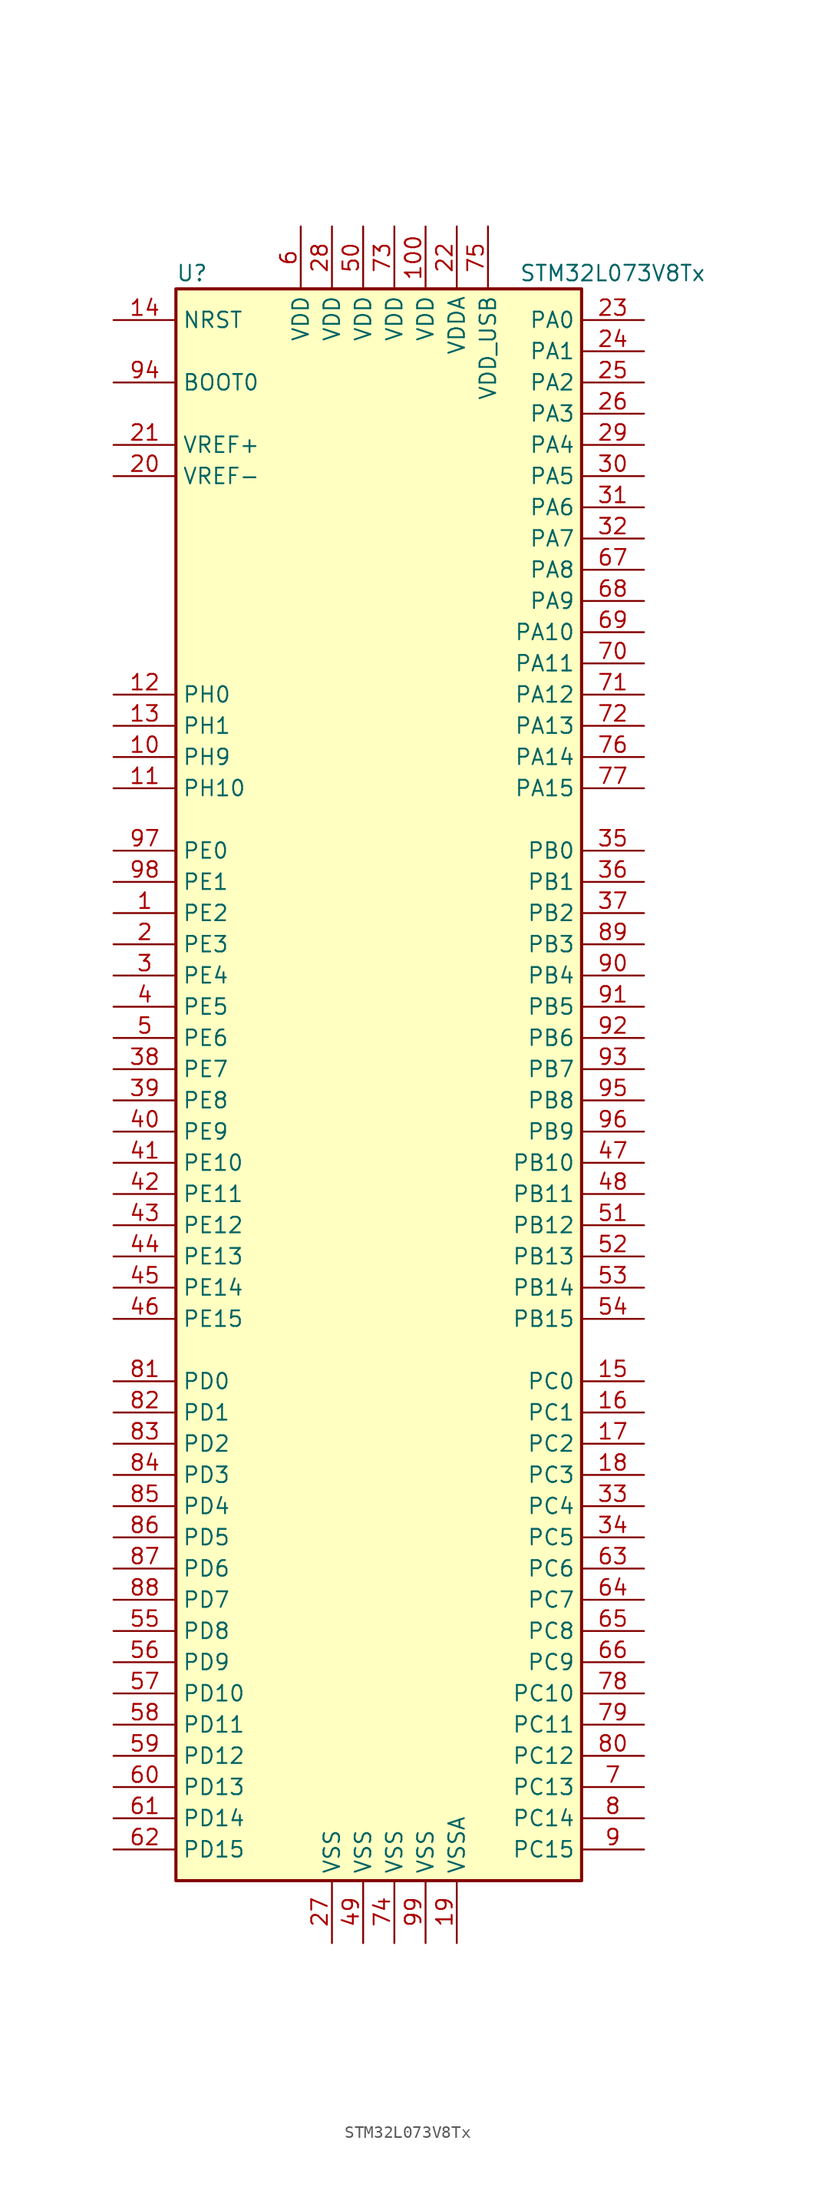
<source format=kicad_sym>
(kicad_symbol_lib
  (version 20201005)
  (generator kicad_symbol_editor)
  (symbol "STM32L073V8Tx"
    (property "Reference" "U"
      (at -17.78 64.77 0)
      (effects (font (size 1.27 1.27)) (justify left)))
    (property "Value" "STM32L073V8Tx"
      (at 10.16 64.77 0)
      (effects (font (size 1.27 1.27)) (justify left)))
    (symbol "STM32L073V8Tx_0_1"
      (rectangle (start -17.78 -66.04) (end 15.24 63.5) (stroke (width 0.254)) (fill (type background))))
    (symbol "STM32L073V8Tx_1_1"
      (pin bidirectional line (at -22.86 12.7 0) (length 5.08) (name "PE2" (effects (font (size 1.27 1.27)))) (number "1" (effects (font (size 1.27 1.27)))))
      (pin bidirectional line (at -22.86 25.4 0) (length 5.08) (name "PH9" (effects (font (size 1.27 1.27)))) (number "10" (effects (font (size 1.27 1.27)))))
      (pin power_in line (at 2.54 68.58 270) (length 5.08) (name "VDD" (effects (font (size 1.27 1.27)))) (number "100" (effects (font (size 1.27 1.27)))))
      (pin bidirectional line (at -22.86 22.86 0) (length 5.08) (name "PH10" (effects (font (size 1.27 1.27)))) (number "11" (effects (font (size 1.27 1.27)))))
      (pin input line (at -22.86 30.48 0) (length 5.08) (name "PH0" (effects (font (size 1.27 1.27)))) (number "12" (effects (font (size 1.27 1.27)))))
      (pin input line (at -22.86 27.94 0) (length 5.08) (name "PH1" (effects (font (size 1.27 1.27)))) (number "13" (effects (font (size 1.27 1.27)))))
      (pin input line (at -22.86 60.96 0) (length 5.08) (name "NRST" (effects (font (size 1.27 1.27)))) (number "14" (effects (font (size 1.27 1.27)))))
      (pin bidirectional line (at 20.32 -25.4 180) (length 5.08) (name "PC0" (effects (font (size 1.27 1.27)))) (number "15" (effects (font (size 1.27 1.27)))))
      (pin bidirectional line (at 20.32 -27.94 180) (length 5.08) (name "PC1" (effects (font (size 1.27 1.27)))) (number "16" (effects (font (size 1.27 1.27)))))
      (pin bidirectional line (at 20.32 -30.48 180) (length 5.08) (name "PC2" (effects (font (size 1.27 1.27)))) (number "17" (effects (font (size 1.27 1.27)))))
      (pin bidirectional line (at 20.32 -33.02 180) (length 5.08) (name "PC3" (effects (font (size 1.27 1.27)))) (number "18" (effects (font (size 1.27 1.27)))))
      (pin power_in line (at 5.08 -71.12 90) (length 5.08) (name "VSSA" (effects (font (size 1.27 1.27)))) (number "19" (effects (font (size 1.27 1.27)))))
      (pin bidirectional line (at -22.86 10.16 0) (length 5.08) (name "PE3" (effects (font (size 1.27 1.27)))) (number "2" (effects (font (size 1.27 1.27)))))
      (pin power_in line (at -22.86 48.26 0) (length 5.08) (name "VREF-" (effects (font (size 1.27 1.27)))) (number "20" (effects (font (size 1.27 1.27)))))
      (pin power_in line (at -22.86 50.8 0) (length 5.08) (name "VREF+" (effects (font (size 1.27 1.27)))) (number "21" (effects (font (size 1.27 1.27)))))
      (pin power_in line (at 5.08 68.58 270) (length 5.08) (name "VDDA" (effects (font (size 1.27 1.27)))) (number "22" (effects (font (size 1.27 1.27)))))
      (pin bidirectional line (at 20.32 60.96 180) (length 5.08) (name "PA0" (effects (font (size 1.27 1.27)))) (number "23" (effects (font (size 1.27 1.27)))))
      (pin bidirectional line (at 20.32 58.42 180) (length 5.08) (name "PA1" (effects (font (size 1.27 1.27)))) (number "24" (effects (font (size 1.27 1.27)))))
      (pin bidirectional line (at 20.32 55.88 180) (length 5.08) (name "PA2" (effects (font (size 1.27 1.27)))) (number "25" (effects (font (size 1.27 1.27)))))
      (pin bidirectional line (at 20.32 53.34 180) (length 5.08) (name "PA3" (effects (font (size 1.27 1.27)))) (number "26" (effects (font (size 1.27 1.27)))))
      (pin power_in line (at -5.08 -71.12 90) (length 5.08) (name "VSS" (effects (font (size 1.27 1.27)))) (number "27" (effects (font (size 1.27 1.27)))))
      (pin power_in line (at -5.08 68.58 270) (length 5.08) (name "VDD" (effects (font (size 1.27 1.27)))) (number "28" (effects (font (size 1.27 1.27)))))
      (pin bidirectional line (at 20.32 50.8 180) (length 5.08) (name "PA4" (effects (font (size 1.27 1.27)))) (number "29" (effects (font (size 1.27 1.27)))))
      (pin bidirectional line (at -22.86 7.62 0) (length 5.08) (name "PE4" (effects (font (size 1.27 1.27)))) (number "3" (effects (font (size 1.27 1.27)))))
      (pin bidirectional line (at 20.32 48.26 180) (length 5.08) (name "PA5" (effects (font (size 1.27 1.27)))) (number "30" (effects (font (size 1.27 1.27)))))
      (pin bidirectional line (at 20.32 45.72 180) (length 5.08) (name "PA6" (effects (font (size 1.27 1.27)))) (number "31" (effects (font (size 1.27 1.27)))))
      (pin bidirectional line (at 20.32 43.18 180) (length 5.08) (name "PA7" (effects (font (size 1.27 1.27)))) (number "32" (effects (font (size 1.27 1.27)))))
      (pin bidirectional line (at 20.32 -35.56 180) (length 5.08) (name "PC4" (effects (font (size 1.27 1.27)))) (number "33" (effects (font (size 1.27 1.27)))))
      (pin bidirectional line (at 20.32 -38.1 180) (length 5.08) (name "PC5" (effects (font (size 1.27 1.27)))) (number "34" (effects (font (size 1.27 1.27)))))
      (pin bidirectional line (at 20.32 17.78 180) (length 5.08) (name "PB0" (effects (font (size 1.27 1.27)))) (number "35" (effects (font (size 1.27 1.27)))))
      (pin bidirectional line (at 20.32 15.24 180) (length 5.08) (name "PB1" (effects (font (size 1.27 1.27)))) (number "36" (effects (font (size 1.27 1.27)))))
      (pin bidirectional line (at 20.32 12.7 180) (length 5.08) (name "PB2" (effects (font (size 1.27 1.27)))) (number "37" (effects (font (size 1.27 1.27)))))
      (pin bidirectional line (at -22.86 0 0) (length 5.08) (name "PE7" (effects (font (size 1.27 1.27)))) (number "38" (effects (font (size 1.27 1.27)))))
      (pin bidirectional line (at -22.86 -2.54 0) (length 5.08) (name "PE8" (effects (font (size 1.27 1.27)))) (number "39" (effects (font (size 1.27 1.27)))))
      (pin bidirectional line (at -22.86 5.08 0) (length 5.08) (name "PE5" (effects (font (size 1.27 1.27)))) (number "4" (effects (font (size 1.27 1.27)))))
      (pin bidirectional line (at -22.86 -5.08 0) (length 5.08) (name "PE9" (effects (font (size 1.27 1.27)))) (number "40" (effects (font (size 1.27 1.27)))))
      (pin bidirectional line (at -22.86 -7.62 0) (length 5.08) (name "PE10" (effects (font (size 1.27 1.27)))) (number "41" (effects (font (size 1.27 1.27)))))
      (pin bidirectional line (at -22.86 -10.16 0) (length 5.08) (name "PE11" (effects (font (size 1.27 1.27)))) (number "42" (effects (font (size 1.27 1.27)))))
      (pin bidirectional line (at -22.86 -12.7 0) (length 5.08) (name "PE12" (effects (font (size 1.27 1.27)))) (number "43" (effects (font (size 1.27 1.27)))))
      (pin bidirectional line (at -22.86 -15.24 0) (length 5.08) (name "PE13" (effects (font (size 1.27 1.27)))) (number "44" (effects (font (size 1.27 1.27)))))
      (pin bidirectional line (at -22.86 -17.78 0) (length 5.08) (name "PE14" (effects (font (size 1.27 1.27)))) (number "45" (effects (font (size 1.27 1.27)))))
      (pin bidirectional line (at -22.86 -20.32 0) (length 5.08) (name "PE15" (effects (font (size 1.27 1.27)))) (number "46" (effects (font (size 1.27 1.27)))))
      (pin bidirectional line (at 20.32 -7.62 180) (length 5.08) (name "PB10" (effects (font (size 1.27 1.27)))) (number "47" (effects (font (size 1.27 1.27)))))
      (pin bidirectional line (at 20.32 -10.16 180) (length 5.08) (name "PB11" (effects (font (size 1.27 1.27)))) (number "48" (effects (font (size 1.27 1.27)))))
      (pin power_in line (at -2.54 -71.12 90) (length 5.08) (name "VSS" (effects (font (size 1.27 1.27)))) (number "49" (effects (font (size 1.27 1.27)))))
      (pin bidirectional line (at -22.86 2.54 0) (length 5.08) (name "PE6" (effects (font (size 1.27 1.27)))) (number "5" (effects (font (size 1.27 1.27)))))
      (pin power_in line (at -2.54 68.58 270) (length 5.08) (name "VDD" (effects (font (size 1.27 1.27)))) (number "50" (effects (font (size 1.27 1.27)))))
      (pin bidirectional line (at 20.32 -12.7 180) (length 5.08) (name "PB12" (effects (font (size 1.27 1.27)))) (number "51" (effects (font (size 1.27 1.27)))))
      (pin bidirectional line (at 20.32 -15.24 180) (length 5.08) (name "PB13" (effects (font (size 1.27 1.27)))) (number "52" (effects (font (size 1.27 1.27)))))
      (pin bidirectional line (at 20.32 -17.78 180) (length 5.08) (name "PB14" (effects (font (size 1.27 1.27)))) (number "53" (effects (font (size 1.27 1.27)))))
      (pin bidirectional line (at 20.32 -20.32 180) (length 5.08) (name "PB15" (effects (font (size 1.27 1.27)))) (number "54" (effects (font (size 1.27 1.27)))))
      (pin bidirectional line (at -22.86 -45.72 0) (length 5.08) (name "PD8" (effects (font (size 1.27 1.27)))) (number "55" (effects (font (size 1.27 1.27)))))
      (pin bidirectional line (at -22.86 -48.26 0) (length 5.08) (name "PD9" (effects (font (size 1.27 1.27)))) (number "56" (effects (font (size 1.27 1.27)))))
      (pin bidirectional line (at -22.86 -50.8 0) (length 5.08) (name "PD10" (effects (font (size 1.27 1.27)))) (number "57" (effects (font (size 1.27 1.27)))))
      (pin bidirectional line (at -22.86 -53.34 0) (length 5.08) (name "PD11" (effects (font (size 1.27 1.27)))) (number "58" (effects (font (size 1.27 1.27)))))
      (pin bidirectional line (at -22.86 -55.88 0) (length 5.08) (name "PD12" (effects (font (size 1.27 1.27)))) (number "59" (effects (font (size 1.27 1.27)))))
      (pin power_in line (at -7.62 68.58 270) (length 5.08) (name "VDD" (effects (font (size 1.27 1.27)))) (number "6" (effects (font (size 1.27 1.27)))))
      (pin bidirectional line (at -22.86 -58.42 0) (length 5.08) (name "PD13" (effects (font (size 1.27 1.27)))) (number "60" (effects (font (size 1.27 1.27)))))
      (pin bidirectional line (at -22.86 -60.96 0) (length 5.08) (name "PD14" (effects (font (size 1.27 1.27)))) (number "61" (effects (font (size 1.27 1.27)))))
      (pin bidirectional line (at -22.86 -63.5 0) (length 5.08) (name "PD15" (effects (font (size 1.27 1.27)))) (number "62" (effects (font (size 1.27 1.27)))))
      (pin bidirectional line (at 20.32 -40.64 180) (length 5.08) (name "PC6" (effects (font (size 1.27 1.27)))) (number "63" (effects (font (size 1.27 1.27)))))
      (pin bidirectional line (at 20.32 -43.18 180) (length 5.08) (name "PC7" (effects (font (size 1.27 1.27)))) (number "64" (effects (font (size 1.27 1.27)))))
      (pin bidirectional line (at 20.32 -45.72 180) (length 5.08) (name "PC8" (effects (font (size 1.27 1.27)))) (number "65" (effects (font (size 1.27 1.27)))))
      (pin bidirectional line (at 20.32 -48.26 180) (length 5.08) (name "PC9" (effects (font (size 1.27 1.27)))) (number "66" (effects (font (size 1.27 1.27)))))
      (pin bidirectional line (at 20.32 40.64 180) (length 5.08) (name "PA8" (effects (font (size 1.27 1.27)))) (number "67" (effects (font (size 1.27 1.27)))))
      (pin bidirectional line (at 20.32 38.1 180) (length 5.08) (name "PA9" (effects (font (size 1.27 1.27)))) (number "68" (effects (font (size 1.27 1.27)))))
      (pin bidirectional line (at 20.32 35.56 180) (length 5.08) (name "PA10" (effects (font (size 1.27 1.27)))) (number "69" (effects (font (size 1.27 1.27)))))
      (pin bidirectional line (at 20.32 -58.42 180) (length 5.08) (name "PC13" (effects (font (size 1.27 1.27)))) (number "7" (effects (font (size 1.27 1.27)))))
      (pin bidirectional line (at 20.32 33.02 180) (length 5.08) (name "PA11" (effects (font (size 1.27 1.27)))) (number "70" (effects (font (size 1.27 1.27)))))
      (pin bidirectional line (at 20.32 30.48 180) (length 5.08) (name "PA12" (effects (font (size 1.27 1.27)))) (number "71" (effects (font (size 1.27 1.27)))))
      (pin bidirectional line (at 20.32 27.94 180) (length 5.08) (name "PA13" (effects (font (size 1.27 1.27)))) (number "72" (effects (font (size 1.27 1.27)))))
      (pin power_in line (at 0 68.58 270) (length 5.08) (name "VDD" (effects (font (size 1.27 1.27)))) (number "73" (effects (font (size 1.27 1.27)))))
      (pin power_in line (at 0 -71.12 90) (length 5.08) (name "VSS" (effects (font (size 1.27 1.27)))) (number "74" (effects (font (size 1.27 1.27)))))
      (pin power_in line (at 7.62 68.58 270) (length 5.08) (name "VDD_USB" (effects (font (size 1.27 1.27)))) (number "75" (effects (font (size 1.27 1.27)))))
      (pin bidirectional line (at 20.32 25.4 180) (length 5.08) (name "PA14" (effects (font (size 1.27 1.27)))) (number "76" (effects (font (size 1.27 1.27)))))
      (pin bidirectional line (at 20.32 22.86 180) (length 5.08) (name "PA15" (effects (font (size 1.27 1.27)))) (number "77" (effects (font (size 1.27 1.27)))))
      (pin bidirectional line (at 20.32 -50.8 180) (length 5.08) (name "PC10" (effects (font (size 1.27 1.27)))) (number "78" (effects (font (size 1.27 1.27)))))
      (pin bidirectional line (at 20.32 -53.34 180) (length 5.08) (name "PC11" (effects (font (size 1.27 1.27)))) (number "79" (effects (font (size 1.27 1.27)))))
      (pin bidirectional line (at 20.32 -60.96 180) (length 5.08) (name "PC14" (effects (font (size 1.27 1.27)))) (number "8" (effects (font (size 1.27 1.27)))))
      (pin bidirectional line (at 20.32 -55.88 180) (length 5.08) (name "PC12" (effects (font (size 1.27 1.27)))) (number "80" (effects (font (size 1.27 1.27)))))
      (pin bidirectional line (at -22.86 -25.4 0) (length 5.08) (name "PD0" (effects (font (size 1.27 1.27)))) (number "81" (effects (font (size 1.27 1.27)))))
      (pin bidirectional line (at -22.86 -27.94 0) (length 5.08) (name "PD1" (effects (font (size 1.27 1.27)))) (number "82" (effects (font (size 1.27 1.27)))))
      (pin bidirectional line (at -22.86 -30.48 0) (length 5.08) (name "PD2" (effects (font (size 1.27 1.27)))) (number "83" (effects (font (size 1.27 1.27)))))
      (pin bidirectional line (at -22.86 -33.02 0) (length 5.08) (name "PD3" (effects (font (size 1.27 1.27)))) (number "84" (effects (font (size 1.27 1.27)))))
      (pin bidirectional line (at -22.86 -35.56 0) (length 5.08) (name "PD4" (effects (font (size 1.27 1.27)))) (number "85" (effects (font (size 1.27 1.27)))))
      (pin bidirectional line (at -22.86 -38.1 0) (length 5.08) (name "PD5" (effects (font (size 1.27 1.27)))) (number "86" (effects (font (size 1.27 1.27)))))
      (pin bidirectional line (at -22.86 -40.64 0) (length 5.08) (name "PD6" (effects (font (size 1.27 1.27)))) (number "87" (effects (font (size 1.27 1.27)))))
      (pin bidirectional line (at -22.86 -43.18 0) (length 5.08) (name "PD7" (effects (font (size 1.27 1.27)))) (number "88" (effects (font (size 1.27 1.27)))))
      (pin bidirectional line (at 20.32 10.16 180) (length 5.08) (name "PB3" (effects (font (size 1.27 1.27)))) (number "89" (effects (font (size 1.27 1.27)))))
      (pin bidirectional line (at 20.32 -63.5 180) (length 5.08) (name "PC15" (effects (font (size 1.27 1.27)))) (number "9" (effects (font (size 1.27 1.27)))))
      (pin bidirectional line (at 20.32 7.62 180) (length 5.08) (name "PB4" (effects (font (size 1.27 1.27)))) (number "90" (effects (font (size 1.27 1.27)))))
      (pin bidirectional line (at 20.32 5.08 180) (length 5.08) (name "PB5" (effects (font (size 1.27 1.27)))) (number "91" (effects (font (size 1.27 1.27)))))
      (pin bidirectional line (at 20.32 2.54 180) (length 5.08) (name "PB6" (effects (font (size 1.27 1.27)))) (number "92" (effects (font (size 1.27 1.27)))))
      (pin bidirectional line (at 20.32 0 180) (length 5.08) (name "PB7" (effects (font (size 1.27 1.27)))) (number "93" (effects (font (size 1.27 1.27)))))
      (pin input line (at -22.86 55.88 0) (length 5.08) (name "BOOT0" (effects (font (size 1.27 1.27)))) (number "94" (effects (font (size 1.27 1.27)))))
      (pin bidirectional line (at 20.32 -2.54 180) (length 5.08) (name "PB8" (effects (font (size 1.27 1.27)))) (number "95" (effects (font (size 1.27 1.27)))))
      (pin bidirectional line (at 20.32 -5.08 180) (length 5.08) (name "PB9" (effects (font (size 1.27 1.27)))) (number "96" (effects (font (size 1.27 1.27)))))
      (pin bidirectional line (at -22.86 17.78 0) (length 5.08) (name "PE0" (effects (font (size 1.27 1.27)))) (number "97" (effects (font (size 1.27 1.27)))))
      (pin bidirectional line (at -22.86 15.24 0) (length 5.08) (name "PE1" (effects (font (size 1.27 1.27)))) (number "98" (effects (font (size 1.27 1.27)))))
      (pin power_in line (at 2.54 -71.12 90) (length 5.08) (name "VSS" (effects (font (size 1.27 1.27)))) (number "99" (effects (font (size 1.27 1.27))))))))
</source>
